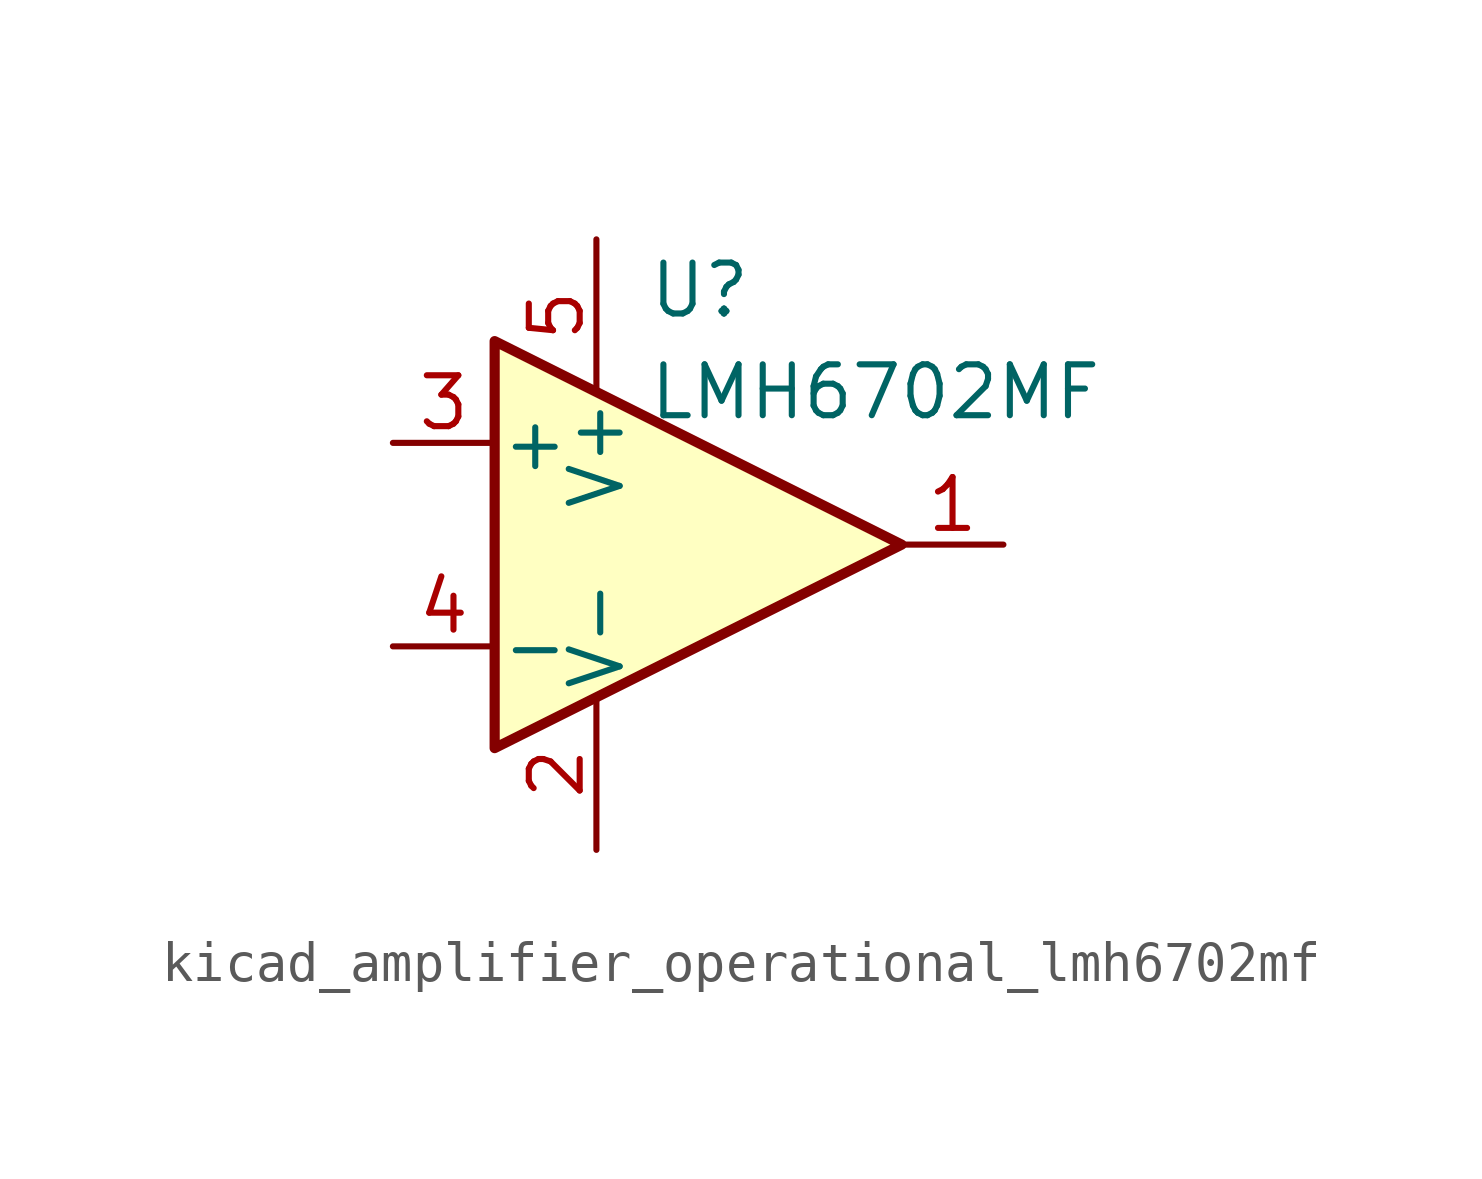
<source format=kicad_sym>
(kicad_symbol_lib
  (version 20220914)
  (generator kicad_symbol_editor)
  (symbol "kicad_amplifier_operational_lmh6702mf"
    (pin_names
      (offset 0.127))
    (property "Reference" "U"
      (at -1.27 6.35 0)
      (effects (font (size 1.27 1.27)) (justify left)))
    (property "Value" "LMH6702MF"
      (at -1.27 3.81 0)
      (effects (font (size 1.27 1.27)) (justify left)))
    (symbol "kicad_amplifier_operational_lmh6702mf_0_1"
      (polyline (pts (xy -5.08 5.08) (xy 5.08 0) (xy -5.08 -5.08) (xy -5.08 5.08)) (stroke (width 0.254) (type default)) (fill (type background)))
      (pin power_in line (at -2.54 -7.62 90) (length 3.81) (name "V-" (effects (font (size 1.27 1.27)))) (number "2" (effects (font (size 1.27 1.27)))))
      (pin power_in line (at -2.54 7.62 270) (length 3.81) (name "V+" (effects (font (size 1.27 1.27)))) (number "5" (effects (font (size 1.27 1.27))))))
    (symbol "kicad_amplifier_operational_lmh6702mf_1_1"
      (pin output line (at 7.62 0 180) (length 2.54) (name "~" (effects (font (size 1.27 1.27)))) (number "1" (effects (font (size 1.27 1.27)))))
      (pin input line (at -7.62 2.54 0) (length 2.54) (name "+" (effects (font (size 1.27 1.27)))) (number "3" (effects (font (size 1.27 1.27)))))
      (pin input line (at -7.62 -2.54 0) (length 2.54) (name "-" (effects (font (size 1.27 1.27)))) (number "4" (effects (font (size 1.27 1.27))))))))
</source>
